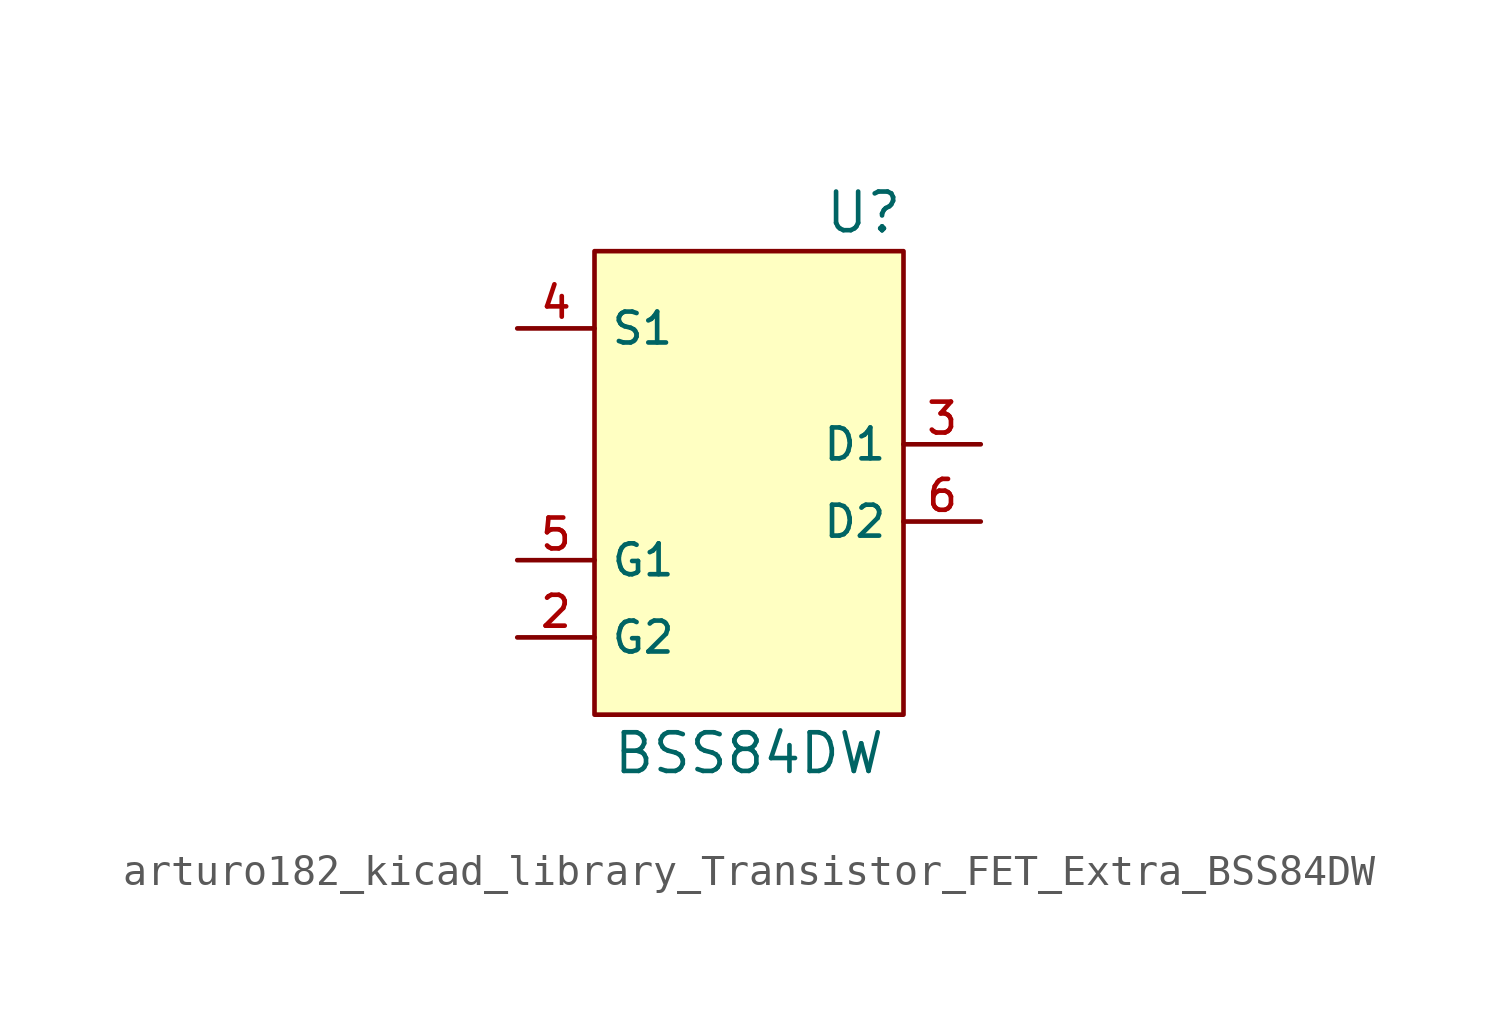
<source format=kicad_sym>
(kicad_symbol_lib
  (version 20220914)
  (generator kicad_symbol_editor)
  (symbol "Transistor_FET_Extra:arturo182_kicad_library_Transistor_FET_Extra_BSS84DW"
    (property "Reference" "U"
      (at 5.08 11.43 0)
      (effects (font (size 1.27 1.27)) (justify right)))
    (property "Value" "BSS84DW"
      (at 0 -6.35 0)
      (effects (font (size 1.27 1.27))))
    (symbol "arturo182_kicad_library_Transistor_FET_Extra_BSS84DW_0_1"
      (rectangle (start -5.08 10.16) (end 5.08 -5.08) (stroke (width 0)) (fill (type background))))
    (symbol "arturo182_kicad_library_Transistor_FET_Extra_BSS84DW_1_1"
      (pin passive line (at -7.62 7.62 0) (length 2.54) hide (name "S2" (effects (font (size 1.016 1.016)))) (number "1" (effects (font (size 1.016 1.016)))))
      (pin input line (at -7.62 -2.54 0) (length 2.54) (name "G2" (effects (font (size 1.016 1.016)))) (number "2" (effects (font (size 1.016 1.016)))))
      (pin passive line (at 7.62 3.81 180) (length 2.54) (name "D1" (effects (font (size 1.016 1.016)))) (number "3" (effects (font (size 1.016 1.016)))))
      (pin passive line (at -7.62 7.62 0) (length 2.54) (name "S1" (effects (font (size 1.016 1.016)))) (number "4" (effects (font (size 1.016 1.016)))))
      (pin input line (at -7.62 0 0) (length 2.54) (name "G1" (effects (font (size 1.016 1.016)))) (number "5" (effects (font (size 1.016 1.016)))))
      (pin passive line (at 7.62 1.27 180) (length 2.54) (name "D2" (effects (font (size 1.016 1.016)))) (number "6" (effects (font (size 1.016 1.016))))))))
</source>
